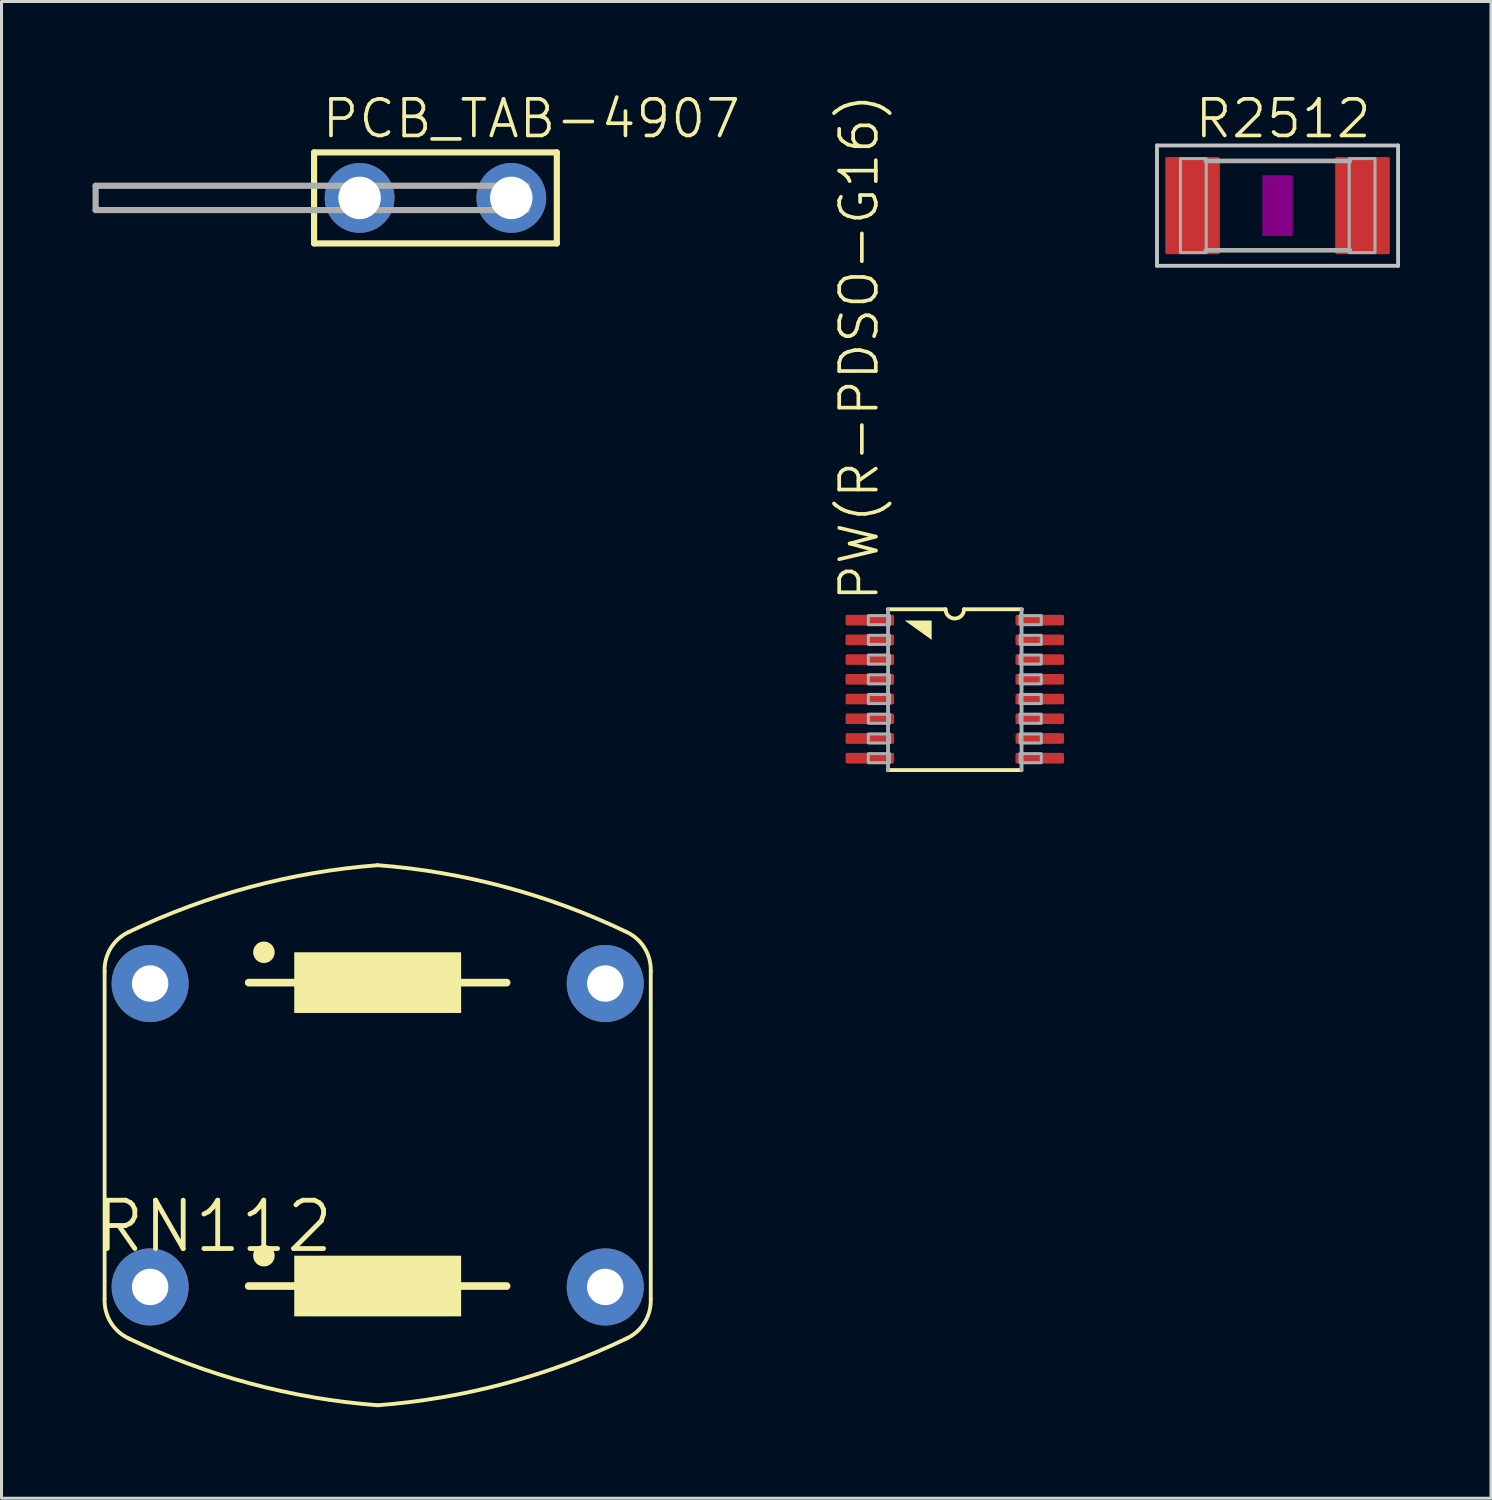
<source format=kicad_pcb>
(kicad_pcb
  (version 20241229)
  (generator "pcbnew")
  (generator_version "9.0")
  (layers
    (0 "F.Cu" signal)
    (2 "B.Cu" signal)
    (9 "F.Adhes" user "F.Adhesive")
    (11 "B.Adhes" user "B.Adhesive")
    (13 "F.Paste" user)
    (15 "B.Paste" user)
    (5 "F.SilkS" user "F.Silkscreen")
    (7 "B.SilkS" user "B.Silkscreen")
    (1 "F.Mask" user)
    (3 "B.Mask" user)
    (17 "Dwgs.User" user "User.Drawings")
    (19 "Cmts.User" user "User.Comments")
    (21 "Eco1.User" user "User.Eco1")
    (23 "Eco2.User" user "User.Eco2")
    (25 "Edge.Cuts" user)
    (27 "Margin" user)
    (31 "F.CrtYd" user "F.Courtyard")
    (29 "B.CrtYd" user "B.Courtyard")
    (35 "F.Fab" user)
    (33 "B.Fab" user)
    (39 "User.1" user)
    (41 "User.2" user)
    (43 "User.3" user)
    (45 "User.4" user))
  (footprint "PCB_TAB-4907"
    (layer "F.Cu")
    (at 11.302 3.473)
    (property "Reference" "PCB_TAB-4907" (at -3.81 -1.905 180) (layer "F.SilkS") (effects (font (size 1.206 1.206) (thickness 0.121)) (justify left bottom)))
    (attr through_hole)
    (fp_line (start -4 -1.5) (end -4 1.5) (stroke (width 0.203) (type solid)) (layer "F.SilkS"))
    (fp_line (start -4 1.5) (end 4 1.5) (stroke (width 0.203) (type solid)) (layer "F.SilkS"))
    (fp_line (start 4 -1.5) (end -4 -1.5) (stroke (width 0.203) (type solid)) (layer "F.SilkS"))
    (fp_line (start 4 1.5) (end 4 -1.5) (stroke (width 0.203) (type solid)) (layer "F.SilkS"))
    (fp_line (start -11.2 -0.4) (end -11.2 0.4) (stroke (width 0.203) (type solid)) (layer "F.Fab"))
    (fp_line (start 3 -0.4) (end -11.2 -0.4) (stroke (width 0.203) (type solid)) (layer "F.Fab"))
    (fp_line (start 3 -0.4) (end 3 0.4) (stroke (width 0.203) (type solid)) (layer "F.Fab"))
    (fp_line (start 3 0.4) (end -11.2 0.4) (stroke (width 0.203) (type solid)) (layer "F.Fab"))
    (pad "1" thru_hole circle (at -2.5 0 90) (size 2.3 2.3) (drill 1.4) (layers "*.Cu" "*.Mask"))
    (pad "2" thru_hole circle (at 2.5 0 90) (size 2.3 2.3) (drill 1.4) (layers "*.Cu" "*.Mask")))
  (footprint "RN112"
    (layer "F.Cu")
    (at 9.398 34.366)
    (property "Reference" "RN112" (at -9.398 3.937 180) (layer "F.SilkS") (effects (font (size 1.593 1.593) (thickness 0.159)) (justify left bottom)))
    (attr through_hole)
    (fp_line (start -9 -5.4) (end -9 5.4) (stroke (width 0.127) (type solid)) (layer "F.SilkS"))
    (fp_line (start -4.25 -5.03) (end 4.25 -5.03) (stroke (width 0.254) (type solid)) (layer "F.SilkS"))
    (fp_line (start -4.25 4.97) (end 4.25 4.97) (stroke (width 0.254) (type solid)) (layer "F.SilkS"))
    (fp_line (start 9 -5.4) (end 9 5.4) (stroke (width 0.127) (type solid)) (layer "F.SilkS"))
    (fp_arc (start -9 -5.4) (mid -8.796804 -6.17111) (end -8.199999 -6.7) (stroke (width 0.127) (type solid)) (layer "F.SilkS"))
    (fp_arc (start -8.2 -6.7) (mid -4.202266 -8.181174) (end 0 -8.9) (stroke (width 0.127) (type solid)) (layer "F.SilkS"))
    (fp_arc (start -8.199998 6.7) (mid -8.796803 6.171111) (end -9 5.4) (stroke (width 0.127) (type solid)) (layer "F.SilkS"))
    (fp_arc (start 0 -8.9) (mid 4.202266 -8.181174) (end 8.2 -6.7) (stroke (width 0.127) (type solid)) (layer "F.SilkS"))
    (fp_arc (start 0 8.9) (mid -4.202266 8.181174) (end -8.2 6.7) (stroke (width 0.127) (type solid)) (layer "F.SilkS"))
    (fp_arc (start 8.199998 -6.7) (mid 8.796803 -6.171111) (end 9 -5.4) (stroke (width 0.127) (type solid)) (layer "F.SilkS"))
    (fp_arc (start 8.2 6.7) (mid 4.202266 8.181174) (end 0 8.9) (stroke (width 0.127) (type solid)) (layer "F.SilkS"))
    (fp_arc (start 9 5.4) (mid 8.796804 6.17111) (end 8.199999 6.7) (stroke (width 0.127) (type solid)) (layer "F.SilkS"))
    (fp_circle (center -3.75 -6.03) (end -3.57 -6.03) (stroke (width 0.35) (type solid)) (fill no) (layer "F.SilkS"))
    (fp_circle (center -3.75 3.97) (end -3.57 3.97) (stroke (width 0.35) (type solid)) (fill no) (layer "F.SilkS"))
    (fp_poly (pts (xy -2.75 -4.03) (xy 2.75 -4.03) (xy 2.75 -6.03) (xy -2.75 -6.03)) (stroke (width 0) (type solid)) (fill yes) (layer "F.SilkS"))
    (fp_poly (pts (xy -2.75 5.97) (xy 2.75 5.97) (xy 2.75 3.97) (xy -2.75 3.97)) (stroke (width 0) (type solid)) (fill yes) (layer "F.SilkS"))
    (pad "1" thru_hole circle (at -7.5 -5) (size 2.54 2.54) (drill 1.2) (layers "*.Cu" "*.Mask"))
    (pad "2" thru_hole circle (at 7.5 -5) (size 2.54 2.54) (drill 1.2) (layers "*.Cu" "*.Mask"))
    (pad "3" thru_hole circle (at -7.5 5) (size 2.54 2.54) (drill 1.2) (layers "*.Cu" "*.Mask"))
    (pad "4" thru_hole circle (at 7.5 5) (size 2.54 2.54) (drill 1.2) (layers "*.Cu" "*.Mask")))
  (footprint "PW(R-PDSO-G16)"
    (layer "F.Cu")
    (at 28.419 19.689)
    (property "Reference" "PW(R-PDSO-G16)" (at -2.45 -2.85 90) (layer "F.SilkS") (effects (font (size 1.206 1.206) (thickness 0.121)) (justify left bottom)))
    (attr through_hole)
    (fp_line (start -0.305 -2.658) (end -2.21 -2.658) (stroke (width 0.127) (type solid)) (layer "F.SilkS"))
    (fp_line (start 2.195 2.642) (end -2.21 2.642) (stroke (width 0.127) (type solid)) (layer "F.SilkS"))
    (fp_line (start 2.21 -2.658) (end 0.305 -2.658) (stroke (width 0.127) (type solid)) (layer "F.SilkS"))
    (fp_arc (start 0.3048 -2.6578) (mid 0 -2.353) (end -0.3048 -2.6578) (stroke (width 0.127) (type solid)) (layer "F.SilkS"))
    (fp_poly (pts (xy -1.651 -2.286) (xy -0.762 -2.286) (xy -0.762 -1.651)) (stroke (width 0) (type solid)) (fill yes) (layer "F.SilkS"))
    (fp_line (start -2.2 2.65) (end -2.2 -2.65) (stroke (width 0.127) (type solid)) (layer "F.Fab"))
    (fp_line (start 2.2 2.65) (end 2.2 -2.65) (stroke (width 0.127) (type solid)) (layer "F.Fab"))
    (fp_poly (pts (xy -2.85 -2.15) (xy -2.15 -2.15) (xy -2.15 -2.45) (xy -2.85 -2.45)) (stroke (width 0.1) (type solid)) (fill no) (layer "F.Fab"))
    (fp_poly (pts (xy -2.85 -1.5) (xy -2.15 -1.5) (xy -2.15 -1.8) (xy -2.85 -1.8)) (stroke (width 0.1) (type solid)) (fill no) (layer "F.Fab"))
    (fp_poly (pts (xy -2.85 -0.85) (xy -2.15 -0.85) (xy -2.15 -1.15) (xy -2.85 -1.15)) (stroke (width 0.1) (type solid)) (fill no) (layer "F.Fab"))
    (fp_poly (pts (xy -2.85 -0.2) (xy -2.15 -0.2) (xy -2.15 -0.5) (xy -2.85 -0.5)) (stroke (width 0.1) (type solid)) (fill no) (layer "F.Fab"))
    (fp_poly (pts (xy -2.85 0.45) (xy -2.15 0.45) (xy -2.15 0.15) (xy -2.85 0.15)) (stroke (width 0.1) (type solid)) (fill no) (layer "F.Fab"))
    (fp_poly (pts (xy -2.85 1.1) (xy -2.15 1.1) (xy -2.15 0.8) (xy -2.85 0.8)) (stroke (width 0.1) (type solid)) (fill no) (layer "F.Fab"))
    (fp_poly (pts (xy -2.85 1.75) (xy -2.15 1.75) (xy -2.15 1.45) (xy -2.85 1.45)) (stroke (width 0.1) (type solid)) (fill no) (layer "F.Fab"))
    (fp_poly (pts (xy -2.85 2.4) (xy -2.15 2.4) (xy -2.15 2.1) (xy -2.85 2.1)) (stroke (width 0.1) (type solid)) (fill no) (layer "F.Fab"))
    (fp_poly (pts (xy 2.15 -2.15) (xy 2.85 -2.15) (xy 2.85 -2.45) (xy 2.15 -2.45)) (stroke (width 0.1) (type solid)) (fill no) (layer "F.Fab"))
    (fp_poly (pts (xy 2.15 -1.5) (xy 2.85 -1.5) (xy 2.85 -1.8) (xy 2.15 -1.8)) (stroke (width 0.1) (type solid)) (fill no) (layer "F.Fab"))
    (fp_poly (pts (xy 2.15 -0.85) (xy 2.85 -0.85) (xy 2.85 -1.15) (xy 2.15 -1.15)) (stroke (width 0.1) (type solid)) (fill no) (layer "F.Fab"))
    (fp_poly (pts (xy 2.15 -0.2) (xy 2.85 -0.2) (xy 2.85 -0.5) (xy 2.15 -0.5)) (stroke (width 0.1) (type solid)) (fill no) (layer "F.Fab"))
    (fp_poly (pts (xy 2.15 0.45) (xy 2.85 0.45) (xy 2.85 0.15) (xy 2.15 0.15)) (stroke (width 0.1) (type solid)) (fill no) (layer "F.Fab"))
    (fp_poly (pts (xy 2.15 1.1) (xy 2.85 1.1) (xy 2.85 0.8) (xy 2.15 0.8)) (stroke (width 0.1) (type solid)) (fill no) (layer "F.Fab"))
    (fp_poly (pts (xy 2.15 1.75) (xy 2.85 1.75) (xy 2.85 1.45) (xy 2.15 1.45)) (stroke (width 0.1) (type solid)) (fill no) (layer "F.Fab"))
    (fp_poly (pts (xy 2.15 2.4) (xy 2.85 2.4) (xy 2.85 2.1) (xy 2.15 2.1)) (stroke (width 0.1) (type solid)) (fill no) (layer "F.Fab"))
    (pad "1" smd roundrect (at -2.8 -2.3) (size 1.6 0.35) (layers "F.Cu" "F.Mask" "F.Paste") (roundrect_rratio 0.145))
    (pad "2" smd roundrect (at -2.8 -1.65) (size 1.6 0.35) (layers "F.Cu" "F.Mask" "F.Paste") (roundrect_rratio 0.145))
    (pad "3" smd roundrect (at -2.8 -1) (size 1.6 0.35) (layers "F.Cu" "F.Mask" "F.Paste") (roundrect_rratio 0.145))
    (pad "4" smd roundrect (at -2.8 -0.35) (size 1.6 0.35) (layers "F.Cu" "F.Mask" "F.Paste") (roundrect_rratio 0.145))
    (pad "5" smd roundrect (at -2.8 0.3) (size 1.6 0.35) (layers "F.Cu" "F.Mask" "F.Paste") (roundrect_rratio 0.145))
    (pad "6" smd roundrect (at -2.8 0.95) (size 1.6 0.35) (layers "F.Cu" "F.Mask" "F.Paste") (roundrect_rratio 0.145))
    (pad "7" smd roundrect (at -2.8 1.6) (size 1.6 0.35) (layers "F.Cu" "F.Mask" "F.Paste") (roundrect_rratio 0.145))
    (pad "8" smd roundrect (at -2.8 2.25) (size 1.6 0.35) (layers "F.Cu" "F.Mask" "F.Paste") (roundrect_rratio 0.145))
    (pad "9" smd roundrect (at 2.8 2.25) (size 1.6 0.35) (layers "F.Cu" "F.Mask" "F.Paste") (roundrect_rratio 0.145))
    (pad "10" smd roundrect (at 2.8 1.6) (size 1.6 0.35) (layers "F.Cu" "F.Mask" "F.Paste") (roundrect_rratio 0.145))
    (pad "11" smd roundrect (at 2.8 0.95) (size 1.6 0.35) (layers "F.Cu" "F.Mask" "F.Paste") (roundrect_rratio 0.145))
    (pad "12" smd roundrect (at 2.8 0.3) (size 1.6 0.35) (layers "F.Cu" "F.Mask" "F.Paste") (roundrect_rratio 0.145))
    (pad "13" smd roundrect (at 2.8 -0.35) (size 1.6 0.35) (layers "F.Cu" "F.Mask" "F.Paste") (roundrect_rratio 0.145))
    (pad "14" smd roundrect (at 2.8 -1) (size 1.6 0.35) (layers "F.Cu" "F.Mask" "F.Paste") (roundrect_rratio 0.145))
    (pad "15" smd roundrect (at 2.8 -1.65) (size 1.6 0.35) (layers "F.Cu" "F.Mask" "F.Paste") (roundrect_rratio 0.145))
    (pad "16" smd roundrect (at 2.8 -2.3) (size 1.6 0.35) (layers "F.Cu" "F.Mask" "F.Paste") (roundrect_rratio 0.145)))
  (footprint "R2512"
    (layer "F.Cu")
    (at 39.056 3.727)
    (property "Reference" "R2512" (at -2.794 -2.159 180) (layer "F.SilkS") (effects (font (size 1.206 1.206) (thickness 0.121)) (justify left bottom)))
    (attr through_hole)
    (fp_poly (pts (xy -0.5 1) (xy 0.5 1) (xy 0.5 -1) (xy -0.5 -1)) (stroke (width 0) (type solid)) (fill yes) (layer "F.Adhes"))
    (fp_line (start -3.973 -1.983) (end 3.973 -1.983) (stroke (width 0.127) (type solid)) (layer "Dwgs.User"))
    (fp_line (start -3.973 1.983) (end -3.973 -1.983) (stroke (width 0.127) (type solid)) (layer "Dwgs.User"))
    (fp_line (start 3.973 -1.983) (end 3.973 1.983) (stroke (width 0.127) (type solid)) (layer "Dwgs.User"))
    (fp_line (start 3.973 1.983) (end -3.973 1.983) (stroke (width 0.127) (type solid)) (layer "Dwgs.User"))
    (fp_line (start -2.362 -1.473) (end 2.387 -1.473) (stroke (width 0.152) (type solid)) (layer "F.Fab"))
    (fp_line (start -2.362 1.473) (end 2.387 1.473) (stroke (width 0.152) (type solid)) (layer "F.Fab"))
    (fp_poly (pts (xy -3.2 1.549) (xy -2.35 1.549) (xy -2.35 -1.551) (xy -3.2 -1.551)) (stroke (width 0.1) (type solid)) (fill no) (layer "F.Fab"))
    (fp_poly (pts (xy 2.362 1.549) (xy 3.212 1.549) (xy 3.212 -1.551) (xy 2.362 -1.551)) (stroke (width 0.1) (type solid)) (fill no) (layer "F.Fab"))
    (pad "1" smd roundrect (at -2.8 0) (size 1.8 3.2) (layers "F.Cu" "F.Mask" "F.Paste") (roundrect_rratio 0.028))
    (pad "2" smd roundrect (at 2.8 0) (size 1.8 3.2) (layers "F.Cu" "F.Mask" "F.Paste") (roundrect_rratio 0.028)))
  (gr_rect
    (start -3 -3)
    (end 46.092 46.33)
    (stroke (width 0.1) (type default))
    (fill no)
    (layer "Edge.Cuts")))
</source>
